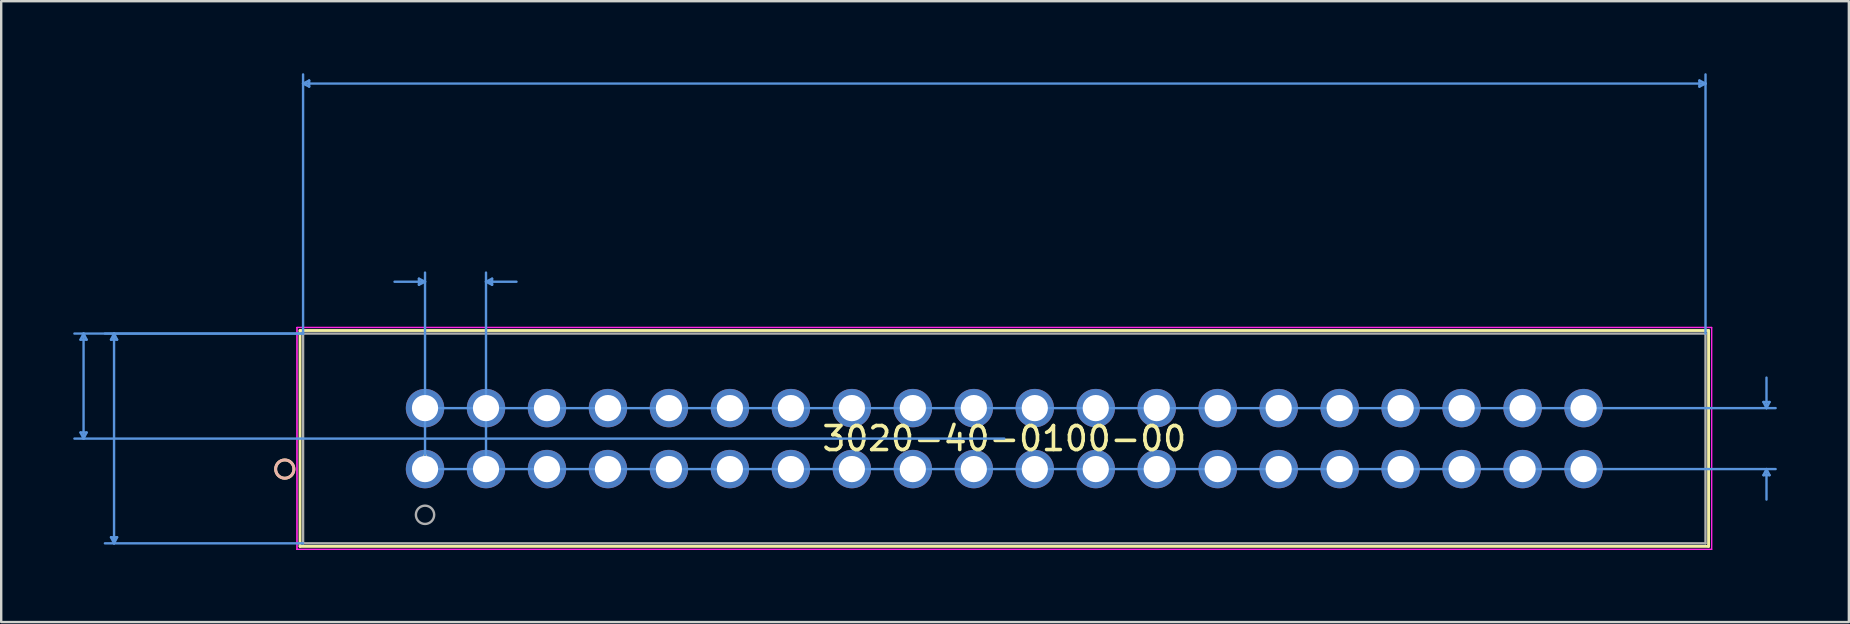
<source format=kicad_pcb>
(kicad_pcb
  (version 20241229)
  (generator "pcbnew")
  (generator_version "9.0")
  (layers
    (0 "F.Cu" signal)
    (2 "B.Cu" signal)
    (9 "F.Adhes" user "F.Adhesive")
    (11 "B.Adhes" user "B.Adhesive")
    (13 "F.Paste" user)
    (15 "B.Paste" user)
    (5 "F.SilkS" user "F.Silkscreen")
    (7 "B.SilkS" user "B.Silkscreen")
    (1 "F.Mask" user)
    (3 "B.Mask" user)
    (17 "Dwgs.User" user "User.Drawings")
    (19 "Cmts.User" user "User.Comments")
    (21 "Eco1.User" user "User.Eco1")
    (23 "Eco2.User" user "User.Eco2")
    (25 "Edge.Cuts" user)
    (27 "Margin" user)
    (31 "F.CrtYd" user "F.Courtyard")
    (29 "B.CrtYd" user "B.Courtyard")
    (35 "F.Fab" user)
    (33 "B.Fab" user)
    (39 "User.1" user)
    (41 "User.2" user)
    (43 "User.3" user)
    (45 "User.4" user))
  (footprint "3020-40-0100-00"
    (layer "F.Cu")
    (at 14.655 16.49)
    (property "Reference" "3020-40-0100-00" (at 24.13 -1.27 0) (layer "F.SilkS") (effects (font (size 1 1) (thickness 0.15))))
    (attr through_hole)
    (fp_line (start -5.207 -5.772) (end -5.207 3.22) (stroke (width 0.12) (type solid)) (layer "F.SilkS"))
    (fp_line (start -5.207 3.22) (end 53.467 3.22) (stroke (width 0.12) (type solid)) (layer "F.SilkS"))
    (fp_line (start 53.467 -5.772) (end -5.207 -5.772) (stroke (width 0.12) (type solid)) (layer "F.SilkS"))
    (fp_line (start 53.467 3.22) (end 53.467 -5.772) (stroke (width 0.12) (type solid)) (layer "F.SilkS"))
    (fp_circle (center -5.842 0) (end -5.461 0) (stroke (width 0.12) (type solid)) (fill no) (layer "F.SilkS"))
    (fp_circle (center -5.842 0) (end -5.461 0) (stroke (width 0.12) (type solid)) (fill no) (layer "B.SilkS"))
    (fp_line (start -14.351 -5.391) (end -14.097 -5.391) (stroke (width 0.1) (type solid)) (layer "Cmts.User"))
    (fp_line (start -14.351 -1.524) (end -14.097 -1.524) (stroke (width 0.1) (type solid)) (layer "Cmts.User"))
    (fp_line (start -14.224 -5.645) (end -14.351 -5.391) (stroke (width 0.1) (type solid)) (layer "Cmts.User"))
    (fp_line (start -14.224 -5.645) (end -14.224 -1.27) (stroke (width 0.1) (type solid)) (layer "Cmts.User"))
    (fp_line (start -14.224 -5.645) (end -14.097 -5.391) (stroke (width 0.1) (type solid)) (layer "Cmts.User"))
    (fp_line (start -14.224 -1.27) (end -14.351 -1.524) (stroke (width 0.1) (type solid)) (layer "Cmts.User"))
    (fp_line (start -14.224 -1.27) (end -14.097 -1.524) (stroke (width 0.1) (type solid)) (layer "Cmts.User"))
    (fp_line (start -13.081 -5.391) (end -12.827 -5.391) (stroke (width 0.1) (type solid)) (layer "Cmts.User"))
    (fp_line (start -13.081 2.839) (end -12.827 2.839) (stroke (width 0.1) (type solid)) (layer "Cmts.User"))
    (fp_line (start -12.954 -5.645) (end -13.081 -5.391) (stroke (width 0.1) (type solid)) (layer "Cmts.User"))
    (fp_line (start -12.954 -5.645) (end -12.954 3.093) (stroke (width 0.1) (type solid)) (layer "Cmts.User"))
    (fp_line (start -12.954 -5.645) (end -12.827 -5.391) (stroke (width 0.1) (type solid)) (layer "Cmts.User"))
    (fp_line (start -12.954 3.093) (end -13.081 2.839) (stroke (width 0.1) (type solid)) (layer "Cmts.User"))
    (fp_line (start -12.954 3.093) (end -12.827 2.839) (stroke (width 0.1) (type solid)) (layer "Cmts.User"))
    (fp_line (start -5.08 -16.059) (end -4.826 -16.186) (stroke (width 0.1) (type solid)) (layer "Cmts.User"))
    (fp_line (start -5.08 -16.059) (end -4.826 -15.932) (stroke (width 0.1) (type solid)) (layer "Cmts.User"))
    (fp_line (start -5.08 -16.059) (end 53.34 -16.059) (stroke (width 0.1) (type solid)) (layer "Cmts.User"))
    (fp_line (start -5.08 -5.645) (end -14.605 -5.645) (stroke (width 0.1) (type solid)) (layer "Cmts.User"))
    (fp_line (start -5.08 -5.645) (end -13.335 -5.645) (stroke (width 0.1) (type solid)) (layer "Cmts.User"))
    (fp_line (start -5.08 -5.645) (end -5.08 -16.44) (stroke (width 0.1) (type solid)) (layer "Cmts.User"))
    (fp_line (start -5.08 3.093) (end -13.335 3.093) (stroke (width 0.1) (type solid)) (layer "Cmts.User"))
    (fp_line (start -4.826 -16.186) (end -4.826 -15.932) (stroke (width 0.1) (type solid)) (layer "Cmts.User"))
    (fp_line (start -0.254 -7.931) (end -0.254 -7.677) (stroke (width 0.1) (type solid)) (layer "Cmts.User"))
    (fp_line (start 0 -7.804) (end -1.27 -7.804) (stroke (width 0.1) (type solid)) (layer "Cmts.User"))
    (fp_line (start 0 -7.804) (end -0.254 -7.931) (stroke (width 0.1) (type solid)) (layer "Cmts.User"))
    (fp_line (start 0 -7.804) (end -0.254 -7.677) (stroke (width 0.1) (type solid)) (layer "Cmts.User"))
    (fp_line (start 0 -2.54) (end 56.261 -2.54) (stroke (width 0.1) (type solid)) (layer "Cmts.User"))
    (fp_line (start 0 0) (end 0 -8.185) (stroke (width 0.1) (type solid)) (layer "Cmts.User"))
    (fp_line (start 0 0) (end 56.261 0) (stroke (width 0.1) (type solid)) (layer "Cmts.User"))
    (fp_line (start 2.54 -7.804) (end 2.794 -7.931) (stroke (width 0.1) (type solid)) (layer "Cmts.User"))
    (fp_line (start 2.54 -7.804) (end 2.794 -7.677) (stroke (width 0.1) (type solid)) (layer "Cmts.User"))
    (fp_line (start 2.54 -7.804) (end 3.81 -7.804) (stroke (width 0.1) (type solid)) (layer "Cmts.User"))
    (fp_line (start 2.54 0) (end 2.54 -8.185) (stroke (width 0.1) (type solid)) (layer "Cmts.User"))
    (fp_line (start 2.794 -7.931) (end 2.794 -7.677) (stroke (width 0.1) (type solid)) (layer "Cmts.User"))
    (fp_line (start 24.13 -1.27) (end -14.605 -1.27) (stroke (width 0.1) (type solid)) (layer "Cmts.User"))
    (fp_line (start 53.086 -16.186) (end 53.086 -15.932) (stroke (width 0.1) (type solid)) (layer "Cmts.User"))
    (fp_line (start 53.34 -16.059) (end 53.086 -16.186) (stroke (width 0.1) (type solid)) (layer "Cmts.User"))
    (fp_line (start 53.34 -16.059) (end 53.086 -15.932) (stroke (width 0.1) (type solid)) (layer "Cmts.User"))
    (fp_line (start 53.34 -5.645) (end 53.34 -16.44) (stroke (width 0.1) (type solid)) (layer "Cmts.User"))
    (fp_line (start 55.753 -2.794) (end 56.007 -2.794) (stroke (width 0.1) (type solid)) (layer "Cmts.User"))
    (fp_line (start 55.753 0.254) (end 56.007 0.254) (stroke (width 0.1) (type solid)) (layer "Cmts.User"))
    (fp_line (start 55.88 -2.54) (end 55.753 -2.794) (stroke (width 0.1) (type solid)) (layer "Cmts.User"))
    (fp_line (start 55.88 -2.54) (end 55.88 -3.81) (stroke (width 0.1) (type solid)) (layer "Cmts.User"))
    (fp_line (start 55.88 -2.54) (end 56.007 -2.794) (stroke (width 0.1) (type solid)) (layer "Cmts.User"))
    (fp_line (start 55.88 0) (end 55.753 0.254) (stroke (width 0.1) (type solid)) (layer "Cmts.User"))
    (fp_line (start 55.88 0) (end 55.88 1.27) (stroke (width 0.1) (type solid)) (layer "Cmts.User"))
    (fp_line (start 55.88 0) (end 56.007 0.254) (stroke (width 0.1) (type solid)) (layer "Cmts.User"))
    (fp_line (start -5.334 -5.899) (end -5.334 3.347) (stroke (width 0.05) (type solid)) (layer "F.CrtYd"))
    (fp_line (start -5.334 -5.899) (end -5.334 3.347) (stroke (width 0.05) (type solid)) (layer "F.CrtYd"))
    (fp_line (start -5.334 3.347) (end 53.594 3.347) (stroke (width 0.05) (type solid)) (layer "F.CrtYd"))
    (fp_line (start -5.334 3.347) (end 53.594 3.347) (stroke (width 0.05) (type solid)) (layer "F.CrtYd"))
    (fp_line (start 53.594 -5.899) (end -5.334 -5.899) (stroke (width 0.05) (type solid)) (layer "F.CrtYd"))
    (fp_line (start 53.594 -5.899) (end -5.334 -5.899) (stroke (width 0.05) (type solid)) (layer "F.CrtYd"))
    (fp_line (start 53.594 3.347) (end 53.594 -5.899) (stroke (width 0.05) (type solid)) (layer "F.CrtYd"))
    (fp_line (start 53.594 3.347) (end 53.594 -5.899) (stroke (width 0.05) (type solid)) (layer "F.CrtYd"))
    (fp_line (start -5.08 -5.645) (end -5.08 3.093) (stroke (width 0.1) (type solid)) (layer "F.Fab"))
    (fp_line (start -5.08 3.093) (end 53.34 3.093) (stroke (width 0.1) (type solid)) (layer "F.Fab"))
    (fp_line (start 53.34 -5.645) (end -5.08 -5.645) (stroke (width 0.1) (type solid)) (layer "F.Fab"))
    (fp_line (start 53.34 3.093) (end 53.34 -5.645) (stroke (width 0.1) (type solid)) (layer "F.Fab"))
    (fp_circle (center 0 1.905) (end 0.381 1.905) (stroke (width 0.1) (type solid)) (fill no) (layer "F.Fab"))
    (fp_text user "*" (at 0 0 0) (layer "F.SilkS") (effects (font (size 1 1) (thickness 0.15))))
    (fp_text user "Copyright 2021 Accelerated Designs. All rights reserved." (at 0 0 0) (layer "Cmts.User") (effects (font (size 0.127 0.127) (thickness 0.002))))
    (fp_text user "*" (at 0 0 0) (layer "F.Fab") (effects (font (size 1 1) (thickness 0.15))))
    (pad "1" thru_hole circle (at 0 0) (size 1.6 1.6) (drill 1.092) (layers "*.Cu" "*.Mask"))
    (pad "2" thru_hole circle (at 0 -2.54) (size 1.6 1.6) (drill 1.092) (layers "*.Cu" "*.Mask"))
    (pad "3" thru_hole circle (at 2.54 0) (size 1.6 1.6) (drill 1.092) (layers "*.Cu" "*.Mask"))
    (pad "4" thru_hole circle (at 2.54 -2.54) (size 1.6 1.6) (drill 1.092) (layers "*.Cu" "*.Mask"))
    (pad "5" thru_hole circle (at 5.08 0) (size 1.6 1.6) (drill 1.092) (layers "*.Cu" "*.Mask"))
    (pad "6" thru_hole circle (at 5.08 -2.54) (size 1.6 1.6) (drill 1.092) (layers "*.Cu" "*.Mask"))
    (pad "7" thru_hole circle (at 7.62 0) (size 1.6 1.6) (drill 1.092) (layers "*.Cu" "*.Mask"))
    (pad "8" thru_hole circle (at 7.62 -2.54) (size 1.6 1.6) (drill 1.092) (layers "*.Cu" "*.Mask"))
    (pad "9" thru_hole circle (at 10.16 0) (size 1.6 1.6) (drill 1.092) (layers "*.Cu" "*.Mask"))
    (pad "10" thru_hole circle (at 10.16 -2.54) (size 1.6 1.6) (drill 1.092) (layers "*.Cu" "*.Mask"))
    (pad "11" thru_hole circle (at 12.7 0) (size 1.6 1.6) (drill 1.092) (layers "*.Cu" "*.Mask"))
    (pad "12" thru_hole circle (at 12.7 -2.54) (size 1.6 1.6) (drill 1.092) (layers "*.Cu" "*.Mask"))
    (pad "13" thru_hole circle (at 15.24 0) (size 1.6 1.6) (drill 1.092) (layers "*.Cu" "*.Mask"))
    (pad "14" thru_hole circle (at 15.24 -2.54) (size 1.6 1.6) (drill 1.092) (layers "*.Cu" "*.Mask"))
    (pad "15" thru_hole circle (at 17.78 0) (size 1.6 1.6) (drill 1.092) (layers "*.Cu" "*.Mask"))
    (pad "16" thru_hole circle (at 17.78 -2.54) (size 1.6 1.6) (drill 1.092) (layers "*.Cu" "*.Mask"))
    (pad "17" thru_hole circle (at 20.32 0) (size 1.6 1.6) (drill 1.092) (layers "*.Cu" "*.Mask"))
    (pad "18" thru_hole circle (at 20.32 -2.54) (size 1.6 1.6) (drill 1.092) (layers "*.Cu" "*.Mask"))
    (pad "19" thru_hole circle (at 22.86 0) (size 1.6 1.6) (drill 1.092) (layers "*.Cu" "*.Mask"))
    (pad "20" thru_hole circle (at 22.86 -2.54) (size 1.6 1.6) (drill 1.092) (layers "*.Cu" "*.Mask"))
    (pad "21" thru_hole circle (at 25.4 0) (size 1.6 1.6) (drill 1.092) (layers "*.Cu" "*.Mask"))
    (pad "22" thru_hole circle (at 25.4 -2.54) (size 1.6 1.6) (drill 1.092) (layers "*.Cu" "*.Mask"))
    (pad "23" thru_hole circle (at 27.94 0) (size 1.6 1.6) (drill 1.092) (layers "*.Cu" "*.Mask"))
    (pad "24" thru_hole circle (at 27.94 -2.54) (size 1.6 1.6) (drill 1.092) (layers "*.Cu" "*.Mask"))
    (pad "25" thru_hole circle (at 30.48 0) (size 1.6 1.6) (drill 1.092) (layers "*.Cu" "*.Mask"))
    (pad "26" thru_hole circle (at 30.48 -2.54) (size 1.6 1.6) (drill 1.092) (layers "*.Cu" "*.Mask"))
    (pad "27" thru_hole circle (at 33.02 0) (size 1.6 1.6) (drill 1.092) (layers "*.Cu" "*.Mask"))
    (pad "28" thru_hole circle (at 33.02 -2.54) (size 1.6 1.6) (drill 1.092) (layers "*.Cu" "*.Mask"))
    (pad "29" thru_hole circle (at 35.56 0) (size 1.6 1.6) (drill 1.092) (layers "*.Cu" "*.Mask"))
    (pad "30" thru_hole circle (at 35.56 -2.54) (size 1.6 1.6) (drill 1.092) (layers "*.Cu" "*.Mask"))
    (pad "31" thru_hole circle (at 38.1 0) (size 1.6 1.6) (drill 1.092) (layers "*.Cu" "*.Mask"))
    (pad "32" thru_hole circle (at 38.1 -2.54) (size 1.6 1.6) (drill 1.092) (layers "*.Cu" "*.Mask"))
    (pad "33" thru_hole circle (at 40.64 0) (size 1.6 1.6) (drill 1.092) (layers "*.Cu" "*.Mask"))
    (pad "34" thru_hole circle (at 40.64 -2.54) (size 1.6 1.6) (drill 1.092) (layers "*.Cu" "*.Mask"))
    (pad "35" thru_hole circle (at 43.18 0) (size 1.6 1.6) (drill 1.092) (layers "*.Cu" "*.Mask"))
    (pad "36" thru_hole circle (at 43.18 -2.54) (size 1.6 1.6) (drill 1.092) (layers "*.Cu" "*.Mask"))
    (pad "37" thru_hole circle (at 45.72 0) (size 1.6 1.6) (drill 1.092) (layers "*.Cu" "*.Mask"))
    (pad "38" thru_hole circle (at 45.72 -2.54) (size 1.6 1.6) (drill 1.092) (layers "*.Cu" "*.Mask"))
    (pad "39" thru_hole circle (at 48.26 0) (size 1.6 1.6) (drill 1.092) (layers "*.Cu" "*.Mask"))
    (pad "40" thru_hole circle (at 48.26 -2.54) (size 1.6 1.6) (drill 1.092) (layers "*.Cu" "*.Mask")))
  (gr_rect
    (start -3 -3)
    (end 73.966 22.862)
    (stroke (width 0.1) (type default))
    (fill no)
    (layer "Edge.Cuts")))
</source>
